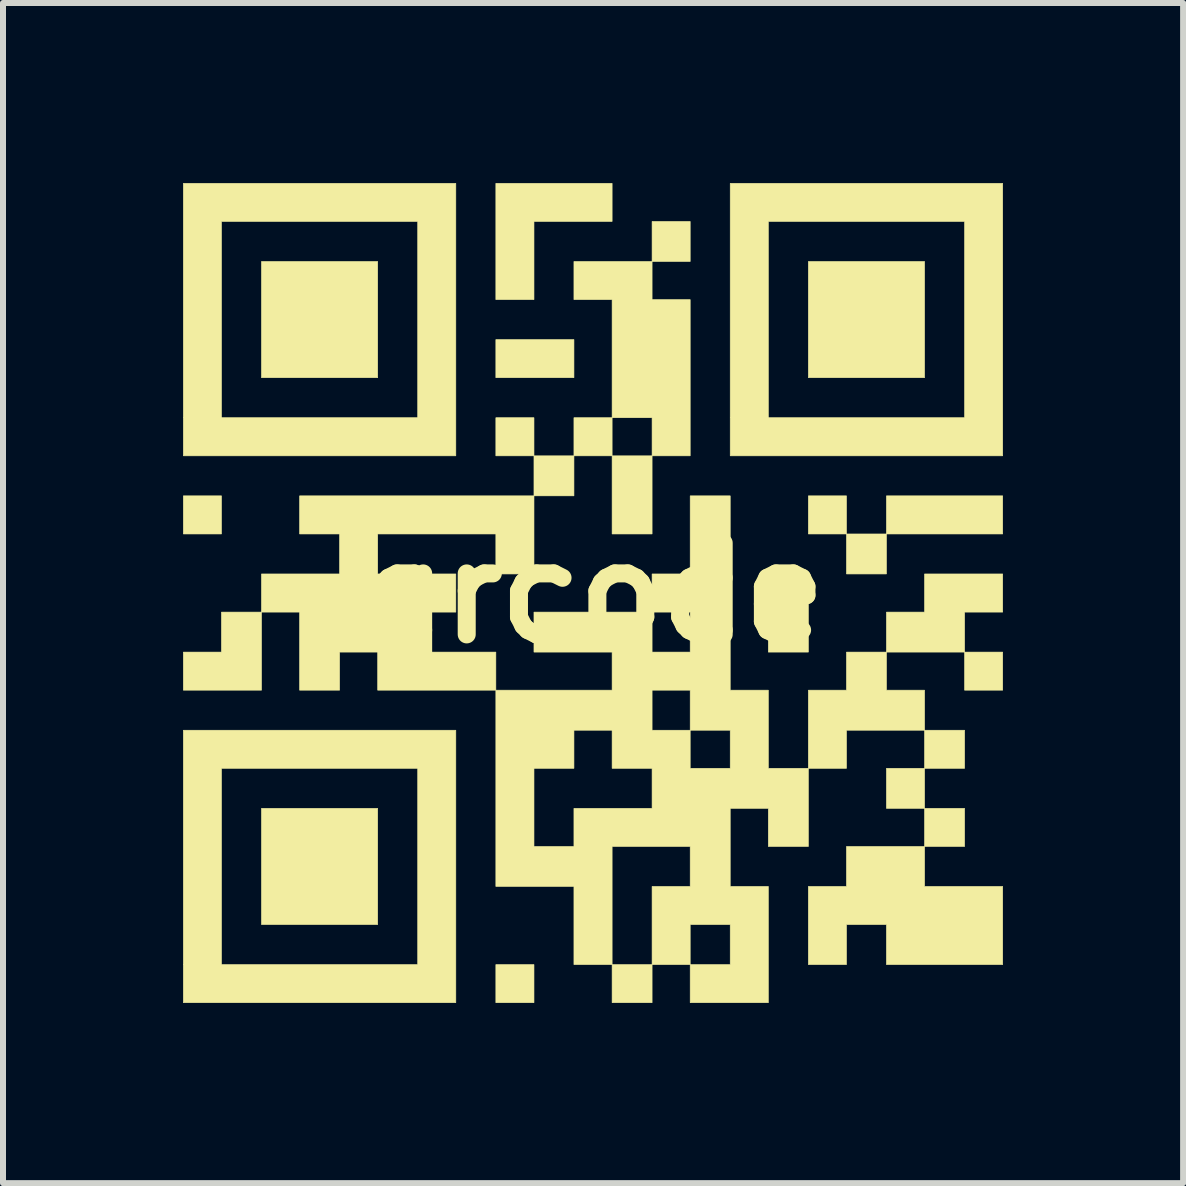
<source format=kicad_pcb>
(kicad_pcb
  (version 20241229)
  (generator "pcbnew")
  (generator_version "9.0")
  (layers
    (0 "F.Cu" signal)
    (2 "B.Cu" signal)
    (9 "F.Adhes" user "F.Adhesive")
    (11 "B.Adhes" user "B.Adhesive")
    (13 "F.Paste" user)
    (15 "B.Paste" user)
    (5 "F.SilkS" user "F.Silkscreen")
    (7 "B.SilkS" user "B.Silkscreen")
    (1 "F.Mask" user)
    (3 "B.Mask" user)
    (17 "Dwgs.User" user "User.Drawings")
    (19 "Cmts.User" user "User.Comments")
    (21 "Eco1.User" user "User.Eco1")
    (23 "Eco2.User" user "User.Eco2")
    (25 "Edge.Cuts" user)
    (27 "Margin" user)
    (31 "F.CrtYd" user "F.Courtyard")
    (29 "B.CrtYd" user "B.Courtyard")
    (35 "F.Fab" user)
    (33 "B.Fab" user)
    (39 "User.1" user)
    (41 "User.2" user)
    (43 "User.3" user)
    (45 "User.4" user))
  (footprint "qrcode"
    (layer "F.Cu")
    (at 6.831 6.831)
    (property "Reference" "qrcode" (at 0 0 0) (layer "F.SilkS") (effects (font (size 1.524 1.524) (thickness 0.3))))
    (attr through_hole)
    (fp_poly (pts (xy -6.191 -0.984) (xy -6.826 -0.984) (xy -6.826 -1.619) (xy -6.191 -1.619) (xy -6.191 -0.984)) (stroke (width 0.01) (type solid)) (fill yes) (layer "F.SilkS"))
    (fp_poly (pts (xy -3.588 -3.588) (xy -5.524 -3.588) (xy -5.524 -5.524) (xy -3.588 -5.524) (xy -3.588 -3.588)) (stroke (width 0.01) (type solid)) (fill yes) (layer "F.SilkS"))
    (fp_poly (pts (xy -3.588 5.524) (xy -5.524 5.524) (xy -5.524 3.588) (xy -3.588 3.588) (xy -3.588 5.524)) (stroke (width 0.01) (type solid)) (fill yes) (layer "F.SilkS"))
    (fp_poly (pts (xy -1.619 -2.286) (xy -1.619 -2.921) (xy -0.984 -2.921) (xy -0.984 -2.286) (xy -1.619 -2.286)) (stroke (width 0.01) (type solid)) (fill yes) (layer "F.SilkS"))
    (fp_poly (pts (xy -0.984 -2.286) (xy -0.318 -2.286) (xy -0.318 -1.619) (xy -0.984 -1.619) (xy -0.984 -2.286)) (stroke (width 0.01) (type solid)) (fill yes) (layer "F.SilkS"))
    (fp_poly (pts (xy -0.984 6.826) (xy -1.619 6.826) (xy -1.619 6.191) (xy -0.984 6.191) (xy -0.984 6.826)) (stroke (width 0.01) (type solid)) (fill yes) (layer "F.SilkS"))
    (fp_poly (pts (xy -0.318 -3.588) (xy -1.619 -3.588) (xy -1.619 -4.223) (xy -0.318 -4.223) (xy -0.318 -3.588)) (stroke (width 0.01) (type solid)) (fill yes) (layer "F.SilkS"))
    (fp_poly (pts (xy 0.984 -6.191) (xy 1.619 -6.191) (xy 1.619 -5.524) (xy 0.984 -5.524) (xy 0.984 -6.191)) (stroke (width 0.01) (type solid)) (fill yes) (layer "F.SilkS"))
    (fp_poly (pts (xy 3.588 -0.984) (xy 3.588 -1.619) (xy 4.223 -1.619) (xy 4.223 -0.984) (xy 3.588 -0.984)) (stroke (width 0.01) (type solid)) (fill yes) (layer "F.SilkS"))
    (fp_poly (pts (xy 3.588 0.984) (xy 2.921 0.984) (xy 2.921 -0.318) (xy 3.588 -0.318) (xy 3.588 0.984)) (stroke (width 0.01) (type solid)) (fill yes) (layer "F.SilkS"))
    (fp_poly (pts (xy 4.889 -1.619) (xy 6.826 -1.619) (xy 6.826 -0.984) (xy 4.889 -0.984) (xy 4.889 -1.619)) (stroke (width 0.01) (type solid)) (fill yes) (layer "F.SilkS"))
    (fp_poly (pts (xy 4.889 -0.318) (xy 4.223 -0.318) (xy 4.223 -0.984) (xy 4.889 -0.984) (xy 4.889 -0.318)) (stroke (width 0.01) (type solid)) (fill yes) (layer "F.SilkS"))
    (fp_poly (pts (xy 4.889 3.588) (xy 4.889 2.921) (xy 5.524 2.921) (xy 5.524 3.588) (xy 4.889 3.588)) (stroke (width 0.01) (type solid)) (fill yes) (layer "F.SilkS"))
    (fp_poly (pts (xy 5.524 -3.588) (xy 3.588 -3.588) (xy 3.588 -5.524) (xy 5.524 -5.524) (xy 5.524 -3.588)) (stroke (width 0.01) (type solid)) (fill yes) (layer "F.SilkS"))
    (fp_poly (pts (xy 5.524 2.286) (xy 6.191 2.286) (xy 6.191 2.921) (xy 5.524 2.921) (xy 5.524 2.286)) (stroke (width 0.01) (type solid)) (fill yes) (layer "F.SilkS"))
    (fp_poly (pts (xy 5.524 3.588) (xy 6.191 3.588) (xy 6.191 4.223) (xy 5.524 4.223) (xy 5.524 3.588)) (stroke (width 0.01) (type solid)) (fill yes) (layer "F.SilkS"))
    (fp_poly (pts (xy 6.826 1.619) (xy 6.191 1.619) (xy 6.191 0.984) (xy 6.826 0.984) (xy 6.826 1.619)) (stroke (width 0.01) (type solid)) (fill yes) (layer "F.SilkS"))
    (fp_poly (pts (xy -5.524 1.619) (xy -6.826 1.619) (xy -6.826 0.984) (xy -6.191 0.984) (xy -6.191 0.318) (xy -5.524 0.318) (xy -5.524 1.619)) (stroke (width 0.01) (type solid)) (fill yes) (layer "F.SilkS"))
    (fp_poly (pts (xy 0.318 -6.191) (xy -0.984 -6.191) (xy -0.984 -4.889) (xy -1.619 -4.889) (xy -1.619 -6.826) (xy 0.318 -6.826) (xy 0.318 -6.191)) (stroke (width 0.01) (type solid)) (fill yes) (layer "F.SilkS"))
    (fp_poly (pts (xy 4.889 0.318) (xy 5.524 0.318) (xy 5.524 -0.318) (xy 6.826 -0.318) (xy 6.826 0.318) (xy 6.191 0.318) (xy 6.191 0.984) (xy 4.889 0.984) (xy 4.889 0.318)) (stroke (width 0.01) (type solid)) (fill yes) (layer "F.SilkS"))
    (fp_poly (pts (xy 4.889 1.619) (xy 5.524 1.619) (xy 5.524 2.286) (xy 4.223 2.286) (xy 4.223 2.921) (xy 3.588 2.921) (xy 3.588 1.619) (xy 4.223 1.619) (xy 4.223 0.984) (xy 4.889 0.984) (xy 4.889 1.619)) (stroke (width 0.01) (type solid)) (fill yes) (layer "F.SilkS"))
    (fp_poly (pts (xy -2.286 -2.286) (xy -6.826 -2.286) (xy -6.826 -6.191) (xy -6.191 -6.191) (xy -6.191 -2.921) (xy -2.921 -2.921) (xy -2.921 -6.191) (xy -6.191 -6.191) (xy -6.826 -6.191) (xy -6.826 -6.826) (xy -2.286 -6.826) (xy -2.286 -2.286)) (stroke (width 0.01) (type solid)) (fill yes) (layer "F.SilkS"))
    (fp_poly (pts (xy -2.286 6.826) (xy -6.826 6.826) (xy -6.826 2.921) (xy -6.191 2.921) (xy -6.191 6.191) (xy -2.921 6.191) (xy -2.921 2.921) (xy -6.191 2.921) (xy -6.826 2.921) (xy -6.826 2.286) (xy -2.286 2.286) (xy -2.286 6.826)) (stroke (width 0.01) (type solid)) (fill yes) (layer "F.SilkS"))
    (fp_poly (pts (xy 6.826 -2.286) (xy 2.286 -2.286) (xy 2.286 -6.191) (xy 2.921 -6.191) (xy 2.921 -2.921) (xy 6.191 -2.921) (xy 6.191 -6.191) (xy 2.921 -6.191) (xy 2.286 -6.191) (xy 2.286 -6.826) (xy 6.826 -6.826) (xy 6.826 -2.286)) (stroke (width 0.01) (type solid)) (fill yes) (layer "F.SilkS"))
    (fp_poly (pts (xy 5.524 4.889) (xy 6.826 4.889) (xy 6.826 6.191) (xy 4.889 6.191) (xy 4.889 5.524) (xy 4.223 5.524) (xy 4.223 6.191) (xy 3.588 6.191) (xy 3.588 4.889) (xy 4.223 4.889) (xy 4.223 4.223) (xy 5.524 4.223) (xy 5.524 4.889)) (stroke (width 0.01) (type solid)) (fill yes) (layer "F.SilkS"))
    (fp_poly (pts (xy -0.318 -2.921) (xy 0.318 -2.921) (xy 0.318 -2.286) (xy 0.984 -2.286) (xy 0.984 -2.921) (xy 0.318 -2.921) (xy 0.318 -4.889) (xy -0.318 -4.889) (xy -0.318 -5.524) (xy 0.984 -5.524) (xy 0.984 -4.889) (xy 1.619 -4.889) (xy 1.619 -2.286) (xy 0.984 -2.286) (xy 0.984 -0.984) (xy 0.318 -0.984) (xy 0.318 -2.286) (xy -0.318 -2.286) (xy -0.318 -2.921)) (stroke (width 0.01) (type solid)) (fill yes) (layer "F.SilkS"))
    (fp_poly (pts (xy -3.588 1.619) (xy -3.588 0.984) (xy -4.223 0.984) (xy -4.223 1.619) (xy -4.889 1.619) (xy -4.889 0.318) (xy -5.524 0.318) (xy -5.524 -0.318) (xy -4.223 -0.318) (xy -4.223 -0.984) (xy -4.889 -0.984) (xy -4.889 -1.619) (xy -0.984 -1.619) (xy -0.984 -0.318) (xy -1.619 -0.318) (xy -1.619 -0.984) (xy -3.588 -0.984) (xy -3.588 -0.318) (xy -2.286 -0.318) (xy -2.286 0.318) (xy -2.921 0.318) (xy -2.921 0.984) (xy -1.619 0.984) (xy -1.619 1.619) (xy -3.588 1.619)) (stroke (width 0.01) (type solid)) (fill yes) (layer "F.SilkS"))
    (fp_poly (pts (xy 3.588 4.223) (xy 2.921 4.223) (xy 2.921 3.588) (xy 2.286 3.588) (xy 2.286 4.889) (xy 2.921 4.889) (xy 2.921 6.826) (xy 1.619 6.826) (xy 1.619 6.191) (xy 0.984 6.191) (xy 0.984 6.826) (xy 0.318 6.826) (xy 0.318 6.191) (xy -0.318 6.191) (xy -0.318 4.889) (xy -1.619 4.889) (xy -1.619 2.921) (xy -0.984 2.921) (xy -0.984 4.223) (xy -0.318 4.223) (xy 0.318 4.223) (xy 0.318 6.191) (xy 0.984 6.191) (xy 0.984 5.524) (xy 1.619 5.524) (xy 1.619 6.191) (xy 2.286 6.191) (xy 2.286 5.524) (xy 1.619 5.524) (xy 0.984 5.524) (xy 0.984 4.889) (xy 1.619 4.889) (xy 1.619 4.223) (xy 0.318 4.223) (xy -0.318 4.223) (xy -0.318 3.588) (xy 0.984 3.588) (xy 0.984 2.921) (xy 1.619 2.921) (xy 2.286 2.921) (xy 2.286 2.286) (xy 1.619 2.286) (xy 1.619 2.921) (xy 0.984 2.921) (xy 0.318 2.921) (xy 0.318 2.286) (xy -0.318 2.286) (xy -0.318 2.921) (xy -0.984 2.921) (xy -1.619 2.921) (xy -1.619 1.619) (xy 0.318 1.619) (xy 0.984 1.619) (xy 0.984 2.286) (xy 1.619 2.286) (xy 1.619 1.619) (xy 0.984 1.619) (xy 0.318 1.619) (xy 0.318 0.984) (xy -0.984 0.984) (xy -0.984 0.318) (xy 0.984 0.318) (xy 0.984 0.984) (xy 1.619 0.984) (xy 1.619 0.318) (xy 0.984 0.318) (xy 0.984 -0.318) (xy 1.619 -0.318) (xy 1.619 -1.619) (xy 2.286 -1.619) (xy 2.286 1.619) (xy 2.921 1.619) (xy 2.921 2.921) (xy 3.588 2.921) (xy 3.588 4.223)) (stroke (width 0.01) (type solid)) (fill yes) (layer "F.SilkS")))
  (gr_rect
    (start -3 -3)
    (end 16.663 16.663)
    (stroke (width 0.1) (type default))
    (fill no)
    (layer "Edge.Cuts")))
</source>
